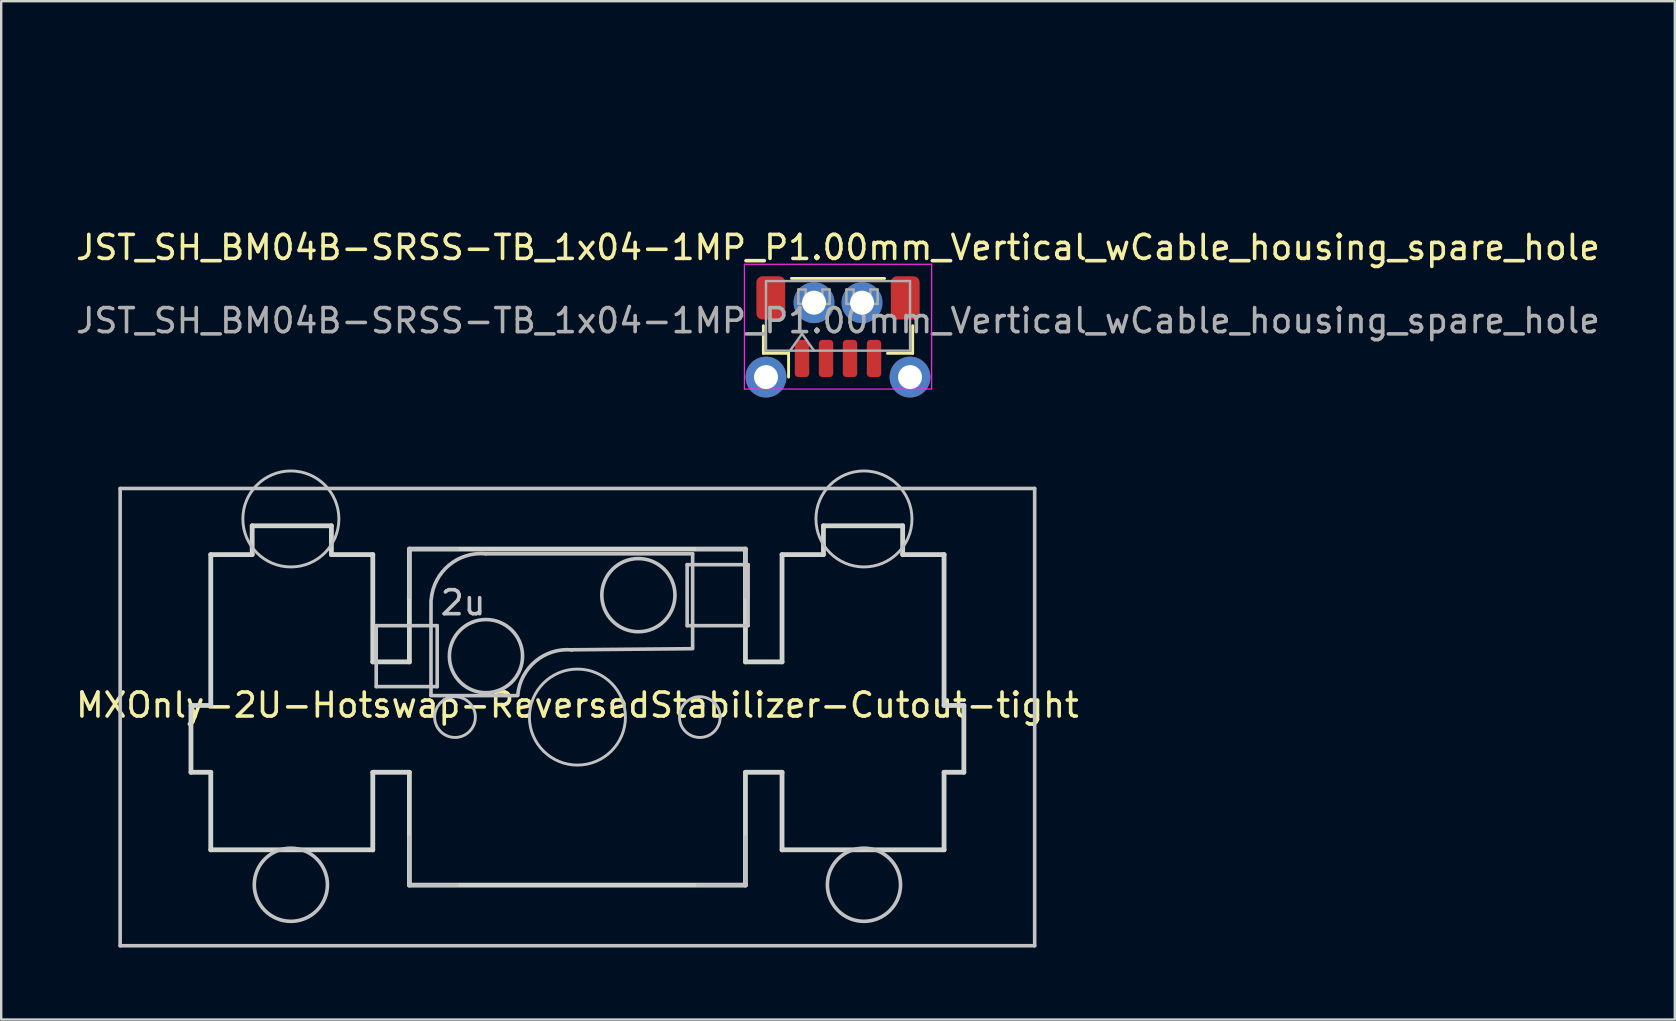
<source format=kicad_pcb>
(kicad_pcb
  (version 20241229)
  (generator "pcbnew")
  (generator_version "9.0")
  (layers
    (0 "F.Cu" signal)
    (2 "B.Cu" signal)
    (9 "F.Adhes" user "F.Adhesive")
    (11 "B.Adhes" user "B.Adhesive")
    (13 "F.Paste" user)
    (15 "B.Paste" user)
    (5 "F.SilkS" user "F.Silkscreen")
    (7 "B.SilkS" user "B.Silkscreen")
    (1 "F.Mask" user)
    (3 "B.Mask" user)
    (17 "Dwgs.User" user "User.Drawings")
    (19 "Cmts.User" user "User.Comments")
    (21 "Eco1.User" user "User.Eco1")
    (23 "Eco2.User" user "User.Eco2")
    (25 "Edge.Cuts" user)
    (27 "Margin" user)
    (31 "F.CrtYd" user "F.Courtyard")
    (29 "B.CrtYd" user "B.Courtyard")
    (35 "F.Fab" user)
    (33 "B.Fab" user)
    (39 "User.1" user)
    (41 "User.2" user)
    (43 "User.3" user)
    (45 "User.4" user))
  (footprint "MXOnly-2U-Hotswap-ReversedStabilizer-Cutout-tight"
    (layer "F.Cu")
    (at 21.006 26.825)
    (property "Reference" "MXOnly-2U-Hotswap-ReversedStabilizer-Cutout-tight" (at 0 -0.5 0) (unlocked yes) (layer "F.SilkS") (effects (font (size 1 1) (thickness 0.15))))
    (attr smd)
    (fp_line (start -19.05 -9.525) (end 19.05 -9.525) (stroke (width 0.15) (type solid)) (layer "Dwgs.User"))
    (fp_line (start -19.05 9.525) (end -19.05 -9.525) (stroke (width 0.15) (type solid)) (layer "Dwgs.User"))
    (fp_line (start -8.382 -3.81) (end -8.382 -1.27) (stroke (width 0.15) (type solid)) (layer "Dwgs.User"))
    (fp_line (start -8.382 -1.27) (end -5.842 -1.27) (stroke (width 0.15) (type solid)) (layer "Dwgs.User"))
    (fp_line (start -7 -7) (end -7 -5) (stroke (width 0.15) (type solid)) (layer "Dwgs.User"))
    (fp_line (start -7 5) (end -7 7) (stroke (width 0.15) (type solid)) (layer "Dwgs.User"))
    (fp_line (start -7 7) (end -5 7) (stroke (width 0.15) (type solid)) (layer "Dwgs.User"))
    (fp_line (start -6.1 -4.85) (end -6.1 -0.905) (stroke (width 0.15) (type solid)) (layer "Dwgs.User"))
    (fp_line (start -6.1 -0.896) (end -2.49 -0.896) (stroke (width 0.15) (type solid)) (layer "Dwgs.User"))
    (fp_line (start -5.842 -3.81) (end -8.382 -3.81) (stroke (width 0.15) (type solid)) (layer "Dwgs.User"))
    (fp_line (start -5.842 -1.27) (end -5.842 -3.81) (stroke (width 0.15) (type solid)) (layer "Dwgs.User"))
    (fp_line (start -5 -7) (end -7 -7) (stroke (width 0.15) (type solid)) (layer "Dwgs.User"))
    (fp_line (start 4.572 -6.35) (end 7.112 -6.35) (stroke (width 0.15) (type solid)) (layer "Dwgs.User"))
    (fp_line (start 4.572 -3.81) (end 4.572 -6.35) (stroke (width 0.15) (type solid)) (layer "Dwgs.User"))
    (fp_line (start 4.8 -6.804) (end -3.825 -6.804) (stroke (width 0.15) (type solid)) (layer "Dwgs.User"))
    (fp_line (start 4.8 -2.896) (end 4.8 -6.804) (stroke (width 0.15) (type solid)) (layer "Dwgs.User"))
    (fp_line (start 4.8 -2.85) (end -0.25 -2.804) (stroke (width 0.15) (type solid)) (layer "Dwgs.User"))
    (fp_line (start 5 -7) (end 7 -7) (stroke (width 0.15) (type solid)) (layer "Dwgs.User"))
    (fp_line (start 5 7) (end 7 7) (stroke (width 0.15) (type solid)) (layer "Dwgs.User"))
    (fp_line (start 7 -7) (end 7 -5) (stroke (width 0.15) (type solid)) (layer "Dwgs.User"))
    (fp_line (start 7 7) (end 7 5) (stroke (width 0.15) (type solid)) (layer "Dwgs.User"))
    (fp_line (start 7.112 -6.35) (end 7.112 -3.81) (stroke (width 0.15) (type solid)) (layer "Dwgs.User"))
    (fp_line (start 7.112 -3.81) (end 4.572 -3.81) (stroke (width 0.15) (type solid)) (layer "Dwgs.User"))
    (fp_line (start 19.05 -9.525) (end 19.05 9.525) (stroke (width 0.15) (type solid)) (layer "Dwgs.User"))
    (fp_line (start 19.05 9.525) (end -19.05 9.525) (stroke (width 0.15) (type solid)) (layer "Dwgs.User"))
    (fp_arc (start -6.089 -4.92) (mid -5.347189 -6.33089) (end -3.825 -6.804) (stroke (width 0.15) (type solid)) (layer "Dwgs.User"))
    (fp_arc (start -2.485 -0.92) (mid -1.744361 -2.328061) (end -0.225 -2.8) (stroke (width 0.15) (type solid)) (layer "Dwgs.User"))
    (fp_circle (center -11.938 -8.255) (end -9.938 -8.255) (stroke (width 0.12) (type solid)) (fill no) (layer "Dwgs.User"))
    (fp_circle (center -11.938 6.985) (end -10.414 6.985) (stroke (width 0.15) (type solid)) (fill no) (layer "Dwgs.User"))
    (fp_circle (center -5.1 0) (end -4.5 0.6) (stroke (width 0.12) (type solid)) (fill no) (layer "Dwgs.User"))
    (fp_circle (center -3.81 -2.54) (end -2.286 -2.54) (stroke (width 0.15) (type solid)) (fill no) (layer "Dwgs.User"))
    (fp_circle (center 0 0) (end 2 0) (stroke (width 0.12) (type solid)) (fill no) (layer "Dwgs.User"))
    (fp_circle (center 2.54 -5.08) (end 4.064 -5.08) (stroke (width 0.15) (type solid)) (fill no) (layer "Dwgs.User"))
    (fp_circle (center 5.1 0) (end 5.7 0.6) (stroke (width 0.12) (type solid)) (fill no) (layer "Dwgs.User"))
    (fp_circle (center 11.938 -8.255) (end 13.938 -8.255) (stroke (width 0.12) (type solid)) (fill no) (layer "Dwgs.User"))
    (fp_circle (center 11.938 6.985) (end 13.462 6.985) (stroke (width 0.15) (type solid)) (fill no) (layer "Dwgs.User"))
    (fp_line (start -16.1 -0.485) (end -16.1 2.3) (stroke (width 0.2) (type solid)) (layer "Edge.Cuts"))
    (fp_line (start -15.275 -6.77) (end -15.275 -0.485) (stroke (width 0.2) (type solid)) (layer "Edge.Cuts"))
    (fp_line (start -15.275 -0.485) (end -16.1 -0.485) (stroke (width 0.2) (type solid)) (layer "Edge.Cuts"))
    (fp_line (start -15.275 2.3) (end -16.1 2.3) (stroke (width 0.2) (type solid)) (layer "Edge.Cuts"))
    (fp_line (start -15.275 2.3) (end -15.275 5.53) (stroke (width 0.2) (type solid)) (layer "Edge.Cuts"))
    (fp_line (start -13.55 -7.97) (end -13.55 -6.77) (stroke (width 0.2) (type solid)) (layer "Edge.Cuts"))
    (fp_line (start -13.55 -6.77) (end -15.275 -6.77) (stroke (width 0.2) (type solid)) (layer "Edge.Cuts"))
    (fp_line (start -10.25 -7.97) (end -13.55 -7.97) (stroke (width 0.2) (type solid)) (layer "Edge.Cuts"))
    (fp_line (start -10.25 -7.97) (end -10.25 -6.77) (stroke (width 0.2) (type solid)) (layer "Edge.Cuts"))
    (fp_line (start -8.525 -6.77) (end -10.25 -6.77) (stroke (width 0.2) (type solid)) (layer "Edge.Cuts"))
    (fp_line (start -8.525 -6.77) (end -8.525 -2.3) (stroke (width 0.2) (type solid)) (layer "Edge.Cuts"))
    (fp_line (start -8.525 2.3) (end -8.525 5.53) (stroke (width 0.2) (type solid)) (layer "Edge.Cuts"))
    (fp_line (start -8.525 5.53) (end -15.275 5.53) (stroke (width 0.2) (type solid)) (layer "Edge.Cuts"))
    (fp_line (start -7 -7) (end -7 -2.3) (stroke (width 0.2) (type solid)) (layer "Edge.Cuts"))
    (fp_line (start -7 -2.3) (end -8.525 -2.3) (stroke (width 0.2) (type solid)) (layer "Edge.Cuts"))
    (fp_line (start -7 2.3) (end -8.525 2.3) (stroke (width 0.2) (type solid)) (layer "Edge.Cuts"))
    (fp_line (start -7 2.3) (end -7 7) (stroke (width 0.2) (type solid)) (layer "Edge.Cuts"))
    (fp_line (start 7 -7) (end -7 -7) (stroke (width 0.2) (type solid)) (layer "Edge.Cuts"))
    (fp_line (start 7 -7) (end 7 -2.3) (stroke (width 0.2) (type solid)) (layer "Edge.Cuts"))
    (fp_line (start 7 2.3) (end 7 7) (stroke (width 0.2) (type solid)) (layer "Edge.Cuts"))
    (fp_line (start 7 7) (end -7 7) (stroke (width 0.2) (type solid)) (layer "Edge.Cuts"))
    (fp_line (start 8.525 -6.77) (end 8.525 -2.3) (stroke (width 0.2) (type solid)) (layer "Edge.Cuts"))
    (fp_line (start 8.525 -6.77) (end 10.25 -6.77) (stroke (width 0.2) (type solid)) (layer "Edge.Cuts"))
    (fp_line (start 8.525 -2.3) (end 7 -2.3) (stroke (width 0.2) (type solid)) (layer "Edge.Cuts"))
    (fp_line (start 8.525 2.3) (end 7 2.3) (stroke (width 0.2) (type solid)) (layer "Edge.Cuts"))
    (fp_line (start 8.525 2.3) (end 8.525 5.53) (stroke (width 0.2) (type solid)) (layer "Edge.Cuts"))
    (fp_line (start 10.25 -7.97) (end 10.25 -6.77) (stroke (width 0.2) (type solid)) (layer "Edge.Cuts"))
    (fp_line (start 10.25 -7.97) (end 13.55 -7.97) (stroke (width 0.2) (type solid)) (layer "Edge.Cuts"))
    (fp_line (start 13.55 -7.97) (end 13.55 -6.77) (stroke (width 0.2) (type solid)) (layer "Edge.Cuts"))
    (fp_line (start 13.55 -6.77) (end 15.275 -6.77) (stroke (width 0.2) (type solid)) (layer "Edge.Cuts"))
    (fp_line (start 15.275 -6.77) (end 15.275 -0.485) (stroke (width 0.2) (type solid)) (layer "Edge.Cuts"))
    (fp_line (start 15.275 -0.485) (end 16.1 -0.485) (stroke (width 0.2) (type solid)) (layer "Edge.Cuts"))
    (fp_line (start 15.275 2.3) (end 15.275 5.53) (stroke (width 0.2) (type solid)) (layer "Edge.Cuts"))
    (fp_line (start 15.275 2.3) (end 16.1 2.3) (stroke (width 0.2) (type solid)) (layer "Edge.Cuts"))
    (fp_line (start 15.275 5.53) (end 8.525 5.53) (stroke (width 0.2) (type solid)) (layer "Edge.Cuts"))
    (fp_line (start 16.1 -0.485) (end 16.1 2.3) (stroke (width 0.2) (type solid)) (layer "Edge.Cuts"))
    (fp_text user "2u" (at -4.763 -4.763 0) (unlocked yes) (layer "Dwgs.User") (effects (font (size 1 1) (thickness 0.15)))))
  (footprint "JST_SH_BM04B-SRSS-TB_1x04-1MP_P1.00mm_Vertical_wCable_housing_spare_hole"
    (layer "F.Cu")
    (at 31.863 10.56)
    (property "Reference" "JST_SH_BM04B-SRSS-TB_1x04-1MP_P1.00mm_Vertical_wCable_housing_spare_hole" (at 0 -3.3 0) (layer "F.SilkS") (effects (font (size 1 1) (thickness 0.15))))
    (attr smd)
    (fp_line (start -3.11 -0.04) (end -3.11 1.11) (stroke (width 0.12) (type solid)) (layer "F.SilkS"))
    (fp_line (start -3.11 1.11) (end -2.06 1.11) (stroke (width 0.12) (type solid)) (layer "F.SilkS"))
    (fp_line (start -2.06 1.11) (end -2.06 2.1) (stroke (width 0.12) (type solid)) (layer "F.SilkS"))
    (fp_line (start -1.94 -2.01) (end 1.94 -2.01) (stroke (width 0.12) (type solid)) (layer "F.SilkS"))
    (fp_line (start 3.11 -0.04) (end 3.11 1.11) (stroke (width 0.12) (type solid)) (layer "F.SilkS"))
    (fp_line (start 3.11 1.11) (end 2.06 1.11) (stroke (width 0.12) (type solid)) (layer "F.SilkS"))
    (fp_line (start -3.5 -7) (end -3.5 -6.75) (stroke (width 0.12) (type solid)) (layer "Eco2.User"))
    (fp_line (start -3.5 -7) (end -3.25 -7) (stroke (width 0.12) (type solid)) (layer "Eco2.User"))
    (fp_line (start -3.5 -6) (end -3.5 -6.25) (stroke (width 0.12) (type solid)) (layer "Eco2.User"))
    (fp_line (start -3.5 -6) (end -3.25 -6) (stroke (width 0.12) (type solid)) (layer "Eco2.User"))
    (fp_line (start -3.5 -3) (end -3.5 -2) (stroke (width 0.12) (type solid)) (layer "Eco2.User"))
    (fp_line (start -3.5 -2) (end 3.5 -2) (stroke (width 0.12) (type solid)) (layer "Eco2.User"))
    (fp_line (start -3 -6) (end -3.25 -6) (stroke (width 0.12) (type solid)) (layer "Eco2.User"))
    (fp_line (start -3 -6) (end -3 -5.75) (stroke (width 0.12) (type solid)) (layer "Eco2.User"))
    (fp_line (start -3 -5.25) (end -3 -4.75) (stroke (width 0.12) (type solid)) (layer "Eco2.User"))
    (fp_line (start -3 -4.25) (end -3 -3.75) (stroke (width 0.12) (type solid)) (layer "Eco2.User"))
    (fp_line (start -3 -3) (end -3 -3.25) (stroke (width 0.12) (type solid)) (layer "Eco2.User"))
    (fp_line (start -2.75 -7) (end -2.25 -7) (stroke (width 0.12) (type solid)) (layer "Eco2.User"))
    (fp_line (start -1.75 -7) (end -1.25 -7) (stroke (width 0.12) (type solid)) (layer "Eco2.User"))
    (fp_line (start -1.5 -10) (end -1.5 -10.5) (stroke (width 0.12) (type solid)) (layer "Eco2.User"))
    (fp_line (start -1.5 -9) (end -1.5 -9.5) (stroke (width 0.12) (type solid)) (layer "Eco2.User"))
    (fp_line (start -1.5 -8) (end -1.5 -8.5) (stroke (width 0.12) (type solid)) (layer "Eco2.User"))
    (fp_line (start -1.5 -7) (end -1.5 -7.5) (stroke (width 0.12) (type solid)) (layer "Eco2.User"))
    (fp_line (start -0.75 -7) (end -0.25 -7) (stroke (width 0.12) (type solid)) (layer "Eco2.User"))
    (fp_line (start -0.5 -10) (end -0.5 -10.5) (stroke (width 0.12) (type solid)) (layer "Eco2.User"))
    (fp_line (start -0.5 -9) (end -0.5 -9.5) (stroke (width 0.12) (type solid)) (layer "Eco2.User"))
    (fp_line (start -0.5 -8) (end -0.5 -8.5) (stroke (width 0.12) (type solid)) (layer "Eco2.User"))
    (fp_line (start -0.5 -7) (end -0.5 -7.5) (stroke (width 0.12) (type solid)) (layer "Eco2.User"))
    (fp_line (start 0.25 -7) (end 0.75 -7) (stroke (width 0.12) (type solid)) (layer "Eco2.User"))
    (fp_line (start 0.5 -10) (end 0.5 -10.5) (stroke (width 0.12) (type solid)) (layer "Eco2.User"))
    (fp_line (start 0.5 -9) (end 0.5 -9.5) (stroke (width 0.12) (type solid)) (layer "Eco2.User"))
    (fp_line (start 0.5 -8) (end 0.5 -8.5) (stroke (width 0.12) (type solid)) (layer "Eco2.User"))
    (fp_line (start 0.5 -7) (end 0.5 -7.5) (stroke (width 0.12) (type solid)) (layer "Eco2.User"))
    (fp_line (start 1.25 -7) (end 1.75 -7) (stroke (width 0.12) (type solid)) (layer "Eco2.User"))
    (fp_line (start 1.5 -10) (end 1.5 -10.5) (stroke (width 0.12) (type solid)) (layer "Eco2.User"))
    (fp_line (start 1.5 -9) (end 1.5 -9.5) (stroke (width 0.12) (type solid)) (layer "Eco2.User"))
    (fp_line (start 1.5 -8) (end 1.5 -8.5) (stroke (width 0.12) (type solid)) (layer "Eco2.User"))
    (fp_line (start 1.5 -7) (end 1.5 -7.5) (stroke (width 0.12) (type solid)) (layer "Eco2.User"))
    (fp_line (start 2.25 -7) (end 2.75 -7) (stroke (width 0.12) (type solid)) (layer "Eco2.User"))
    (fp_line (start 3 -6) (end 3 -5.75) (stroke (width 0.12) (type solid)) (layer "Eco2.User"))
    (fp_line (start 3 -6) (end 3.25 -6) (stroke (width 0.12) (type solid)) (layer "Eco2.User"))
    (fp_line (start 3 -5.25) (end 3 -4.75) (stroke (width 0.12) (type solid)) (layer "Eco2.User"))
    (fp_line (start 3 -4.25) (end 3 -3.75) (stroke (width 0.12) (type solid)) (layer "Eco2.User"))
    (fp_line (start 3 -3) (end 3 -3.25) (stroke (width 0.12) (type solid)) (layer "Eco2.User"))
    (fp_line (start 3.5 -7) (end 3.25 -7) (stroke (width 0.12) (type solid)) (layer "Eco2.User"))
    (fp_line (start 3.5 -7) (end 3.5 -6.75) (stroke (width 0.12) (type solid)) (layer "Eco2.User"))
    (fp_line (start 3.5 -6) (end 3.25 -6) (stroke (width 0.12) (type solid)) (layer "Eco2.User"))
    (fp_line (start 3.5 -6) (end 3.5 -6.25) (stroke (width 0.12) (type solid)) (layer "Eco2.User"))
    (fp_line (start 3.5 -3) (end -3.5 -3) (stroke (width 0.12) (type solid)) (layer "Eco2.User"))
    (fp_line (start 3.5 -2) (end 3.5 -3) (stroke (width 0.12) (type solid)) (layer "Eco2.User"))
    (fp_line (start -3.9 -2.6) (end -3.9 2.6) (stroke (width 0.05) (type solid)) (layer "F.CrtYd"))
    (fp_line (start -3.9 2.6) (end 3.9 2.6) (stroke (width 0.05) (type solid)) (layer "F.CrtYd"))
    (fp_line (start 3.9 -2.6) (end -3.9 -2.6) (stroke (width 0.05) (type solid)) (layer "F.CrtYd"))
    (fp_line (start 3.9 2.6) (end 3.9 -2.6) (stroke (width 0.05) (type solid)) (layer "F.CrtYd"))
    (fp_line (start -3 -1.9) (end 3 -1.9) (stroke (width 0.1) (type solid)) (layer "F.Fab"))
    (fp_line (start -3 1) (end -3 -1.9) (stroke (width 0.1) (type solid)) (layer "F.Fab"))
    (fp_line (start -3 1) (end 3 1) (stroke (width 0.1) (type solid)) (layer "F.Fab"))
    (fp_line (start -2 1) (end -1.5 0.293) (stroke (width 0.1) (type solid)) (layer "F.Fab"))
    (fp_line (start -1.65 -1.55) (end -1.65 -0.95) (stroke (width 0.1) (type solid)) (layer "F.Fab"))
    (fp_line (start -1.65 -0.95) (end -1.35 -0.95) (stroke (width 0.1) (type solid)) (layer "F.Fab"))
    (fp_line (start -1.5 0.293) (end -1 1) (stroke (width 0.1) (type solid)) (layer "F.Fab"))
    (fp_line (start -1.35 -1.55) (end -1.65 -1.55) (stroke (width 0.1) (type solid)) (layer "F.Fab"))
    (fp_line (start -1.35 -0.95) (end -1.35 -1.55) (stroke (width 0.1) (type solid)) (layer "F.Fab"))
    (fp_line (start -0.65 -1.55) (end -0.65 -0.95) (stroke (width 0.1) (type solid)) (layer "F.Fab"))
    (fp_line (start -0.65 -0.95) (end -0.35 -0.95) (stroke (width 0.1) (type solid)) (layer "F.Fab"))
    (fp_line (start -0.35 -1.55) (end -0.65 -1.55) (stroke (width 0.1) (type solid)) (layer "F.Fab"))
    (fp_line (start -0.35 -0.95) (end -0.35 -1.55) (stroke (width 0.1) (type solid)) (layer "F.Fab"))
    (fp_line (start 0.35 -1.55) (end 0.35 -0.95) (stroke (width 0.1) (type solid)) (layer "F.Fab"))
    (fp_line (start 0.35 -0.95) (end 0.65 -0.95) (stroke (width 0.1) (type solid)) (layer "F.Fab"))
    (fp_line (start 0.65 -1.55) (end 0.35 -1.55) (stroke (width 0.1) (type solid)) (layer "F.Fab"))
    (fp_line (start 0.65 -0.95) (end 0.65 -1.55) (stroke (width 0.1) (type solid)) (layer "F.Fab"))
    (fp_line (start 1.35 -1.55) (end 1.35 -0.95) (stroke (width 0.1) (type solid)) (layer "F.Fab"))
    (fp_line (start 1.35 -0.95) (end 1.65 -0.95) (stroke (width 0.1) (type solid)) (layer "F.Fab"))
    (fp_line (start 1.65 -1.55) (end 1.35 -1.55) (stroke (width 0.1) (type solid)) (layer "F.Fab"))
    (fp_line (start 1.65 -0.95) (end 1.65 -1.55) (stroke (width 0.1) (type solid)) (layer "F.Fab"))
    (fp_line (start 3 1) (end 3 -1.9) (stroke (width 0.1) (type solid)) (layer "F.Fab"))
    (fp_text user "${REFERENCE}" (at 0 -0.25 0) (layer "F.Fab") (effects (font (size 1 1) (thickness 0.15))))
    (pad "1" thru_hole oval (at -3 2.1) (size 1.7 1.7) (drill 1) (layers "*.Cu" "*.Mask"))
    (pad "1" smd roundrect (at -1.5 1.325) (size 0.6 1.55) (layers "F.Cu" "F.Mask" "F.Paste") (roundrect_rratio 0.25))
    (pad "2" thru_hole oval (at -1 -1) (size 1.7 1.7) (drill 1) (layers "*.Cu" "*.Mask"))
    (pad "2" smd roundrect (at -0.5 1.325) (size 0.6 1.55) (layers "F.Cu" "F.Mask" "F.Paste") (roundrect_rratio 0.25))
    (pad "3" smd roundrect (at 0.5 1.325) (size 0.6 1.55) (layers "F.Cu" "F.Mask" "F.Paste") (roundrect_rratio 0.25))
    (pad "3" thru_hole oval (at 1 -1) (size 1.7 1.7) (drill 1) (layers "*.Cu" "*.Mask"))
    (pad "4" smd roundrect (at 1.5 1.325) (size 0.6 1.55) (layers "F.Cu" "F.Mask" "F.Paste") (roundrect_rratio 0.25))
    (pad "4" thru_hole oval (at 3 2.1) (size 1.7 1.7) (drill 1) (layers "*.Cu" "*.Mask"))
    (pad "MP" smd roundrect (at -2.8 -1.2) (size 1.2 1.8) (layers "F.Cu" "F.Mask" "F.Paste") (roundrect_rratio 0.208))
    (pad "MP" smd roundrect (at 2.8 -1.2) (size 1.2 1.8) (layers "F.Cu" "F.Mask" "F.Paste") (roundrect_rratio 0.208)))
  (gr_rect
    (start -3 -3)
    (end 66.726 39.425)
    (stroke (width 0.1) (type default))
    (fill no)
    (layer "Edge.Cuts")))
</source>
